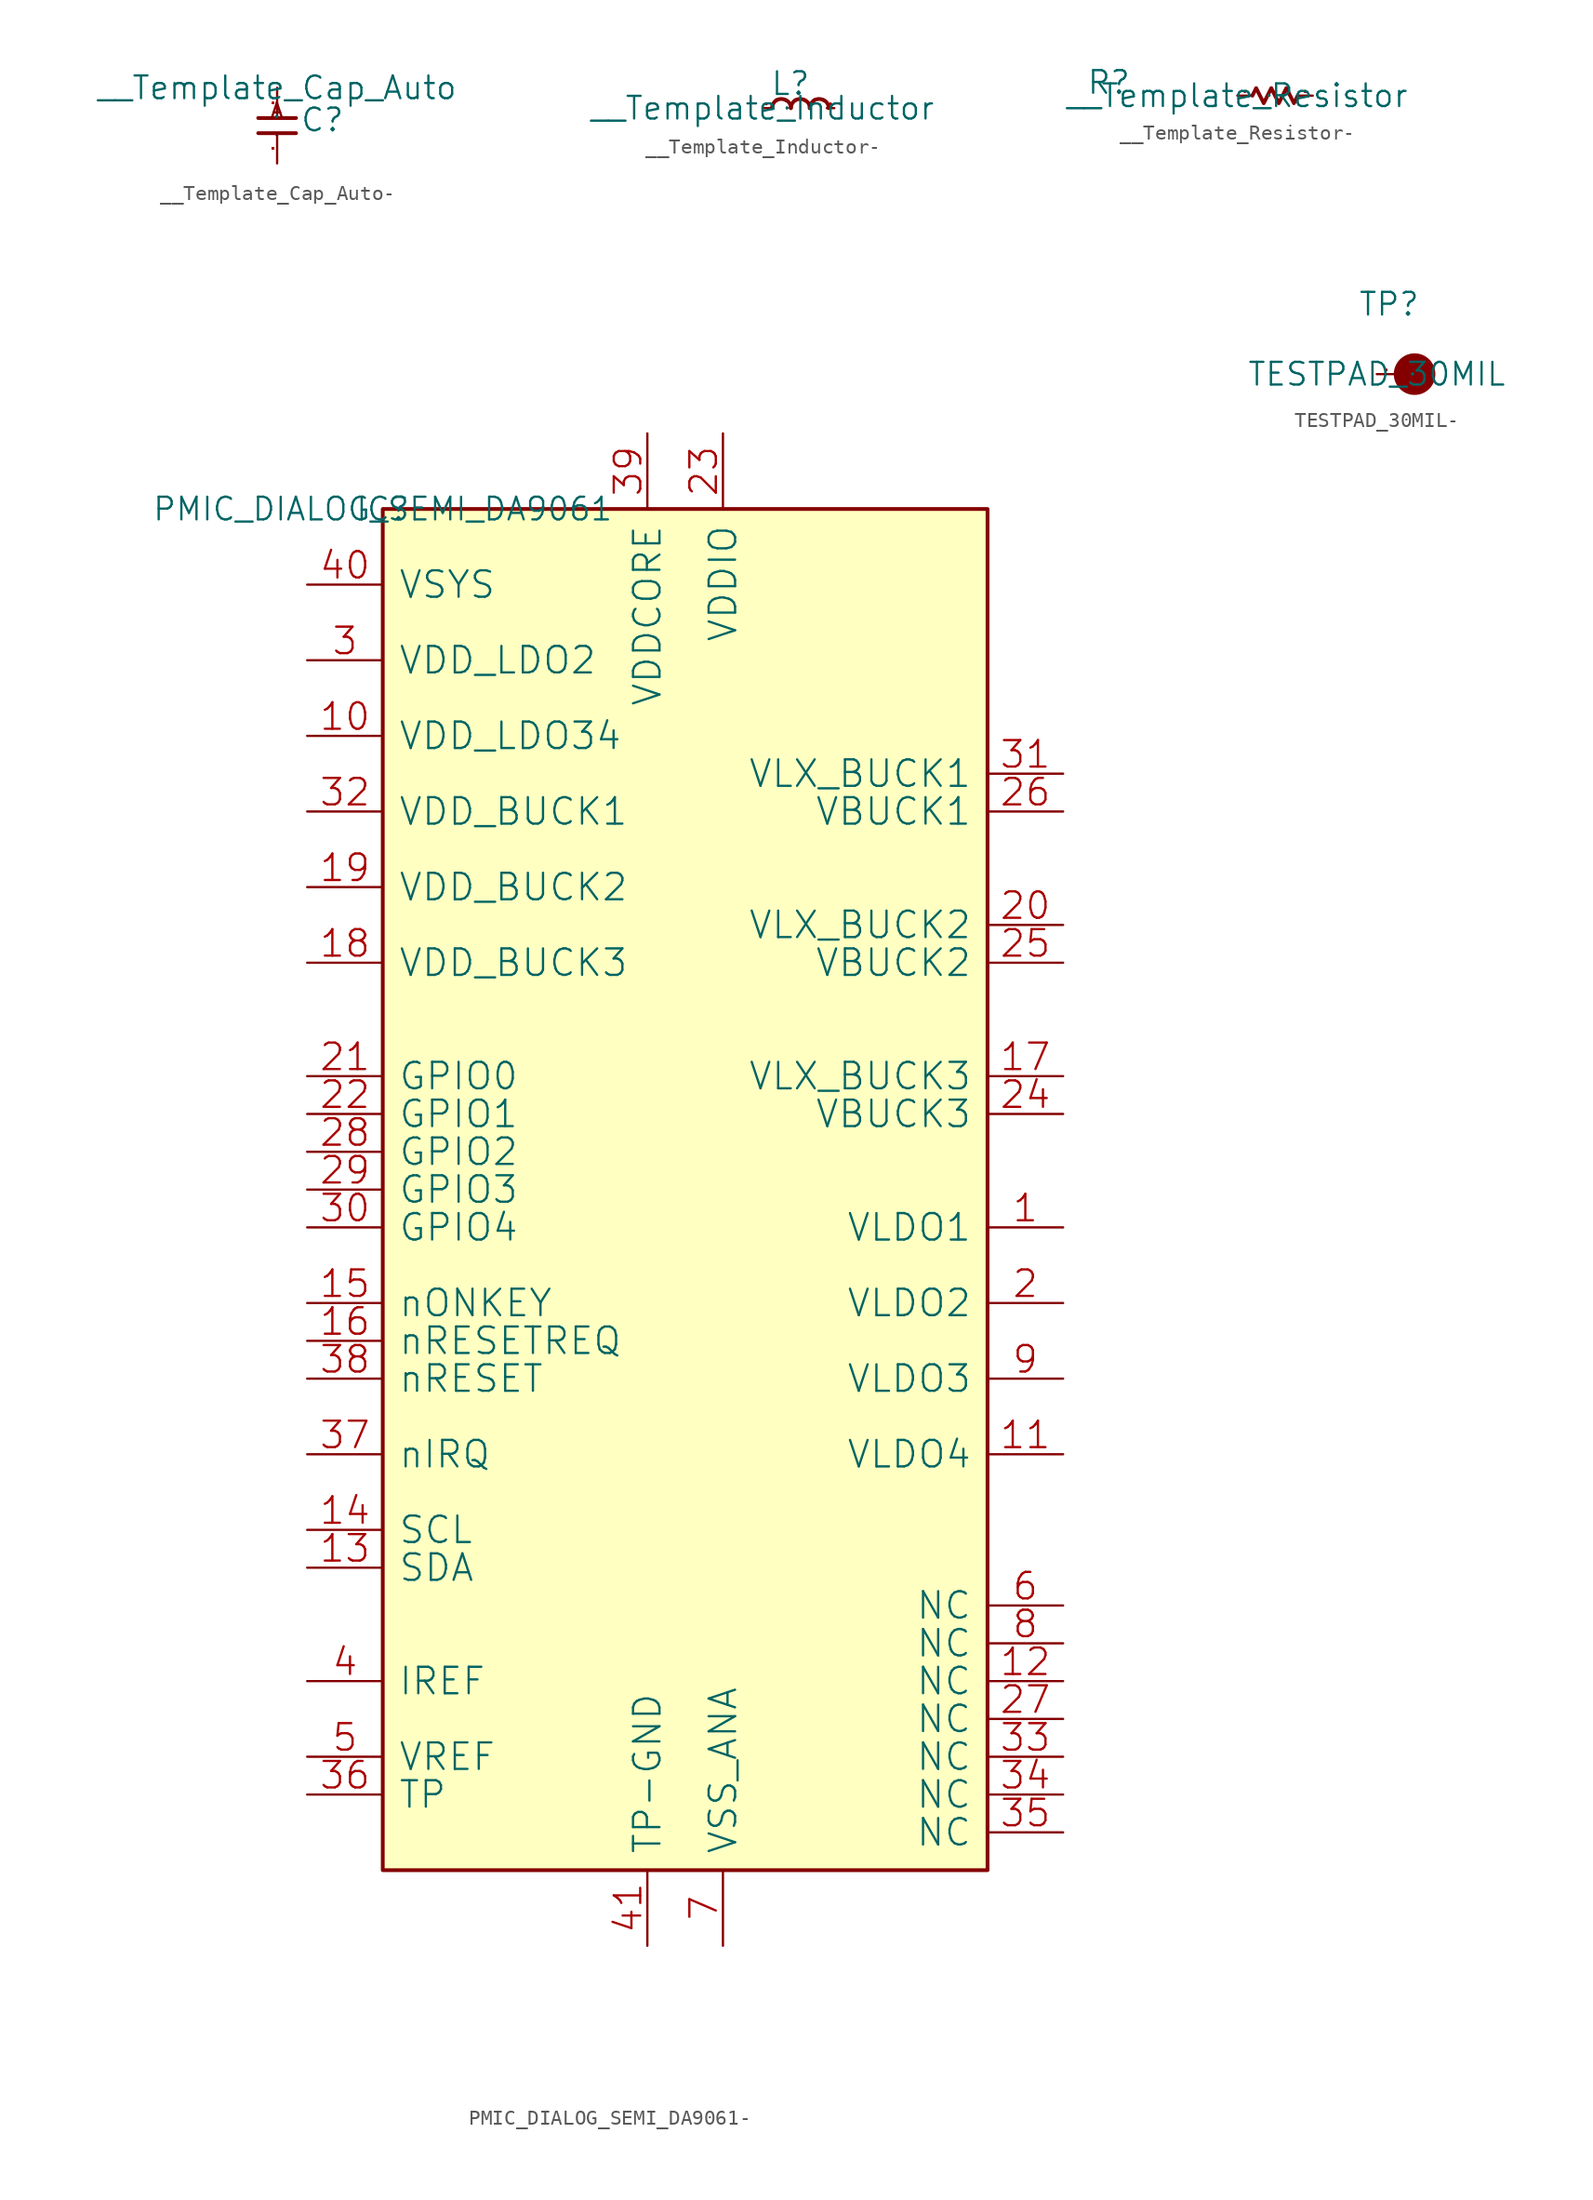
<source format=kicad_sym>
(kicad_symbol_lib
  (version 20220914)
  (generator kicad_symbol_editor)
  (symbol "__Template_Cap_Auto-"
    (pin_names
      (offset 1.016))
    (property "Reference" "C"
      (at 1.524 -3.048 0)
      (effects (font (size 1.524 1.524)) (justify left bottom)))
    (property "Value" "__Template_Cap_Auto"
      (at 0 0 0)
      (effects (font (size 1.524 1.524))))
    (property "Footprint" ""
      (at 0 0 0)
      (effects (font (size 1.524 1.524))))
    (property "Datasheet" ""
      (at 0 0 0)
      (effects (font (size 1.524 1.524))))
    (symbol "__Template_Cap_Auto-_0_1"
      (polyline (pts (xy 1.27 -3.048) (xy -1.27 -3.048)) (stroke (width 0.254) (type solid)) (fill (type none)))
      (polyline (pts (xy 1.27 -2.032) (xy -1.27 -2.032)) (stroke (width 0.254) (type solid)) (fill (type none)))
      (pin passive line (at 0 0 270) (length 2.032) (name "P" (effects (font (size 0.025 0.025)))) (number "1" (effects (font (size 0.025 0.025)))))
      (pin passive line (at 0 -5.08 90) (length 2.032) (name "P" (effects (font (size 0.025 0.025)))) (number "2" (effects (font (size 0.025 0.025))))))
    (symbol "__Template_Cap_Auto-_1_1"
      (text "A" (at -0.508 -2.032 0) (effects (font (size 0.914 0.914)) (justify left bottom)))))
  (symbol "__Template_Inductor-"
    (pin_names
      (offset 1.016))
    (property "Reference" "L"
      (at 0.508 0.762 0)
      (effects (font (size 1.524 1.524)) (justify left bottom)))
    (property "Value" "__Template_Inductor"
      (at 0 0 0)
      (effects (font (size 1.524 1.524))))
    (property "Footprint" ""
      (at 0 0 0)
      (effects (font (size 1.524 1.524))))
    (property "Datasheet" ""
      (at 0 0 0)
      (effects (font (size 1.524 1.524))))
    (symbol "__Template_Inductor-_0_1"
      (pin passive line (at 0 0 0) (length 0.508) (name "P" (effects (font (size 0.025 0.025)))) (number "1" (effects (font (size 0.025 0.025)))))
      (pin passive line (at 4.826 0 180) (length 0.508) (name "P" (effects (font (size 0.025 0.025)))) (number "2" (effects (font (size 0.025 0.025))))))
    (symbol "__Template_Inductor-_1_1"
      (arc (start 0.9398 0.5334) (mid 0.722 0.3053) (end 0.635 0) (stroke (width 0.254) (type solid)) (fill (type none)))
      (arc (start 1.5748 0.5334) (mid 1.2592 0.6142) (end 0.9398 0.5334) (stroke (width 0.254) (type solid)) (fill (type none)))
      (arc (start 1.905 0) (mid 1.8192 0.3187) (end 1.5748 0.5334) (stroke (width 0.254) (type solid)) (fill (type none)))
      (arc (start 2.2098 0.5334) (mid 1.992 0.3053) (end 1.905 0) (stroke (width 0.254) (type solid)) (fill (type none)))
      (arc (start 2.8448 0.5334) (mid 2.5292 0.6142) (end 2.2098 0.5334) (stroke (width 0.254) (type solid)) (fill (type none)))
      (arc (start 3.175 0) (mid 3.0892 0.3187) (end 2.8448 0.5334) (stroke (width 0.254) (type solid)) (fill (type none)))
      (arc (start 3.4798 0.5334) (mid 3.262 0.3053) (end 3.175 0) (stroke (width 0.254) (type solid)) (fill (type none)))
      (arc (start 4.1148 0.5334) (mid 3.7992 0.6142) (end 3.4798 0.5334) (stroke (width 0.254) (type solid)) (fill (type none)))
      (arc (start 4.445 0) (mid 4.3592 0.3187) (end 4.1148 0.5334) (stroke (width 0.254) (type solid)) (fill (type none)))))
  (symbol "__Template_Resistor-"
    (pin_names
      (offset 1.016))
    (property "Reference" "R"
      (at -10.16 0 0)
      (effects (font (size 1.524 1.524)) (justify left bottom)))
    (property "Value" "__Template_Resistor"
      (at 0 0 0)
      (effects (font (size 1.524 1.524))))
    (property "Footprint" ""
      (at 0 0 0)
      (effects (font (size 1.524 1.524))))
    (property "Datasheet" ""
      (at 0 0 0)
      (effects (font (size 1.524 1.524))))
    (symbol "__Template_Resistor-_0_1"
      (polyline (pts (xy 1.016 0) (xy 1.27 0.508) (xy 1.778 -0.508) (xy 2.286 0.508) (xy 2.794 -0.508) (xy 3.302 0.508) (xy 3.81 -0.508) (xy 4.064 0)) (stroke (width 0.254) (type solid)) (fill (type none)))
      (pin passive line (at 0 0 0) (length 1.016) (name "P" (effects (font (size 0.025 0.025)))) (number "1" (effects (font (size 0.025 0.025)))))
      (pin passive line (at 5.08 0 180) (length 1.016) (name "P" (effects (font (size 0.025 0.025)))) (number "2" (effects (font (size 0.025 0.025)))))))
  (symbol "PMIC_DIALOG_SEMI_DA9061-"
    (pin_names
      (offset 1.016))
    (property "Reference" "IC"
      (at 0 0 0)
      (effects (font (size 1.524 1.524))))
    (property "Value" "PMIC_DIALOG_SEMI_DA9061"
      (at 0 0 0)
      (effects (font (size 1.524 1.524))))
    (property "Footprint" ""
      (at 0 0 0)
      (effects (font (size 1.524 1.524))))
    (property "Datasheet" ""
      (at 0 0 0)
      (effects (font (size 1.524 1.524))))
    (symbol "PMIC_DIALOG_SEMI_DA9061-_0_1"
      (rectangle (start 0 -91.44) (end 40.64 0) (stroke (width 0.254) (type solid)) (fill (type background)))
      (pin output line (at 45.72 -48.26 180) (length 5.08) (name "VLDO1" (effects (font (size 1.778 1.778)))) (number "1" (effects (font (size 1.778 1.778)))))
      (pin power_in line (at -5.08 -15.24 0) (length 5.08) (name "VDD_LDO34" (effects (font (size 1.778 1.778)))) (number "10" (effects (font (size 1.778 1.778)))))
      (pin output line (at 45.72 -63.5 180) (length 5.08) (name "VLDO4" (effects (font (size 1.778 1.778)))) (number "11" (effects (font (size 1.778 1.778)))))
      (pin passive line (at 45.72 -78.74 180) (length 5.08) (name "NC" (effects (font (size 1.778 1.778)))) (number "12" (effects (font (size 1.778 1.778)))))
      (pin bidirectional line (at -5.08 -71.12 0) (length 5.08) (name "SDA" (effects (font (size 1.778 1.778)))) (number "13" (effects (font (size 1.778 1.778)))))
      (pin input line (at -5.08 -68.58 0) (length 5.08) (name "SCL" (effects (font (size 1.778 1.778)))) (number "14" (effects (font (size 1.778 1.778)))))
      (pin input line (at -5.08 -53.34 0) (length 5.08) (name "nONKEY" (effects (font (size 1.778 1.778)))) (number "15" (effects (font (size 1.778 1.778)))))
      (pin input line (at -5.08 -55.88 0) (length 5.08) (name "nRESETREQ" (effects (font (size 1.778 1.778)))) (number "16" (effects (font (size 1.778 1.778)))))
      (pin output line (at 45.72 -38.1 180) (length 5.08) (name "VLX_BUCK3" (effects (font (size 1.778 1.778)))) (number "17" (effects (font (size 1.778 1.778)))))
      (pin power_in line (at -5.08 -30.48 0) (length 5.08) (name "VDD_BUCK3" (effects (font (size 1.778 1.778)))) (number "18" (effects (font (size 1.778 1.778)))))
      (pin power_in line (at -5.08 -25.4 0) (length 5.08) (name "VDD_BUCK2" (effects (font (size 1.778 1.778)))) (number "19" (effects (font (size 1.778 1.778)))))
      (pin output line (at 45.72 -53.34 180) (length 5.08) (name "VLDO2" (effects (font (size 1.778 1.778)))) (number "2" (effects (font (size 1.778 1.778)))))
      (pin output line (at 45.72 -27.94 180) (length 5.08) (name "VLX_BUCK2" (effects (font (size 1.778 1.778)))) (number "20" (effects (font (size 1.778 1.778)))))
      (pin bidirectional line (at -5.08 -38.1 0) (length 5.08) (name "GPIO0" (effects (font (size 1.778 1.778)))) (number "21" (effects (font (size 1.778 1.778)))))
      (pin bidirectional line (at -5.08 -40.64 0) (length 5.08) (name "GPIO1" (effects (font (size 1.778 1.778)))) (number "22" (effects (font (size 1.778 1.778)))))
      (pin power_in line (at 22.86 5.08 270) (length 5.08) (name "VDDIO" (effects (font (size 1.778 1.778)))) (number "23" (effects (font (size 1.778 1.778)))))
      (pin input line (at 45.72 -40.64 180) (length 5.08) (name "VBUCK3" (effects (font (size 1.778 1.778)))) (number "24" (effects (font (size 1.778 1.778)))))
      (pin input line (at 45.72 -30.48 180) (length 5.08) (name "VBUCK2" (effects (font (size 1.778 1.778)))) (number "25" (effects (font (size 1.778 1.778)))))
      (pin input line (at 45.72 -20.32 180) (length 5.08) (name "VBUCK1" (effects (font (size 1.778 1.778)))) (number "26" (effects (font (size 1.778 1.778)))))
      (pin passive line (at 45.72 -81.28 180) (length 5.08) (name "NC" (effects (font (size 1.778 1.778)))) (number "27" (effects (font (size 1.778 1.778)))))
      (pin bidirectional line (at -5.08 -43.18 0) (length 5.08) (name "GPIO2" (effects (font (size 1.778 1.778)))) (number "28" (effects (font (size 1.778 1.778)))))
      (pin bidirectional line (at -5.08 -45.72 0) (length 5.08) (name "GPIO3" (effects (font (size 1.778 1.778)))) (number "29" (effects (font (size 1.778 1.778)))))
      (pin power_in line (at -5.08 -10.16 0) (length 5.08) (name "VDD_LDO2" (effects (font (size 1.778 1.778)))) (number "3" (effects (font (size 1.778 1.778)))))
      (pin bidirectional line (at -5.08 -48.26 0) (length 5.08) (name "GPIO4" (effects (font (size 1.778 1.778)))) (number "30" (effects (font (size 1.778 1.778)))))
      (pin output line (at 45.72 -17.78 180) (length 5.08) (name "VLX_BUCK1" (effects (font (size 1.778 1.778)))) (number "31" (effects (font (size 1.778 1.778)))))
      (pin power_in line (at -5.08 -20.32 0) (length 5.08) (name "VDD_BUCK1" (effects (font (size 1.778 1.778)))) (number "32" (effects (font (size 1.778 1.778)))))
      (pin passive line (at 45.72 -83.82 180) (length 5.08) (name "NC" (effects (font (size 1.778 1.778)))) (number "33" (effects (font (size 1.778 1.778)))))
      (pin passive line (at 45.72 -86.36 180) (length 5.08) (name "NC" (effects (font (size 1.778 1.778)))) (number "34" (effects (font (size 1.778 1.778)))))
      (pin passive line (at 45.72 -88.9 180) (length 5.08) (name "NC" (effects (font (size 1.778 1.778)))) (number "35" (effects (font (size 1.778 1.778)))))
      (pin bidirectional line (at -5.08 -86.36 0) (length 5.08) (name "TP" (effects (font (size 1.778 1.778)))) (number "36" (effects (font (size 1.778 1.778)))))
      (pin output line (at -5.08 -63.5 0) (length 5.08) (name "nIRQ" (effects (font (size 1.778 1.778)))) (number "37" (effects (font (size 1.778 1.778)))))
      (pin output line (at -5.08 -58.42 0) (length 5.08) (name "nRESET" (effects (font (size 1.778 1.778)))) (number "38" (effects (font (size 1.778 1.778)))))
      (pin output line (at 17.78 5.08 270) (length 5.08) (name "VDDCORE" (effects (font (size 1.778 1.778)))) (number "39" (effects (font (size 1.778 1.778)))))
      (pin power_in line (at -5.08 -78.74 0) (length 5.08) (name "IREF" (effects (font (size 1.778 1.778)))) (number "4" (effects (font (size 1.778 1.778)))))
      (pin power_in line (at -5.08 -5.08 0) (length 5.08) (name "VSYS" (effects (font (size 1.778 1.778)))) (number "40" (effects (font (size 1.778 1.778)))))
      (pin power_in line (at 17.78 -96.52 90) (length 5.08) (name "TP-GND" (effects (font (size 1.778 1.778)))) (number "41" (effects (font (size 1.778 1.778)))))
      (pin bidirectional line (at -5.08 -83.82 0) (length 5.08) (name "VREF" (effects (font (size 1.778 1.778)))) (number "5" (effects (font (size 1.778 1.778)))))
      (pin passive line (at 45.72 -73.66 180) (length 5.08) (name "NC" (effects (font (size 1.778 1.778)))) (number "6" (effects (font (size 1.778 1.778)))))
      (pin power_in line (at 22.86 -96.52 90) (length 5.08) (name "VSS_ANA" (effects (font (size 1.778 1.778)))) (number "7" (effects (font (size 1.778 1.778)))))
      (pin passive line (at 45.72 -76.2 180) (length 5.08) (name "NC" (effects (font (size 1.778 1.778)))) (number "8" (effects (font (size 1.778 1.778)))))
      (pin output line (at 45.72 -58.42 180) (length 5.08) (name "VLDO3" (effects (font (size 1.778 1.778)))) (number "9" (effects (font (size 1.778 1.778)))))))
  (symbol "TESTPAD_30MIL-"
    (pin_names
      (offset 1.016))
    (property "Reference" "TP"
      (at -1.27 3.81 0)
      (effects (font (size 1.524 1.524)) (justify left bottom)))
    (property "Value" "TESTPAD_30MIL"
      (at 0 0 0)
      (effects (font (size 1.524 1.524))))
    (property "Footprint" ""
      (at 0 0 0)
      (effects (font (size 1.524 1.524))))
    (property "Datasheet" ""
      (at 0 0 0)
      (effects (font (size 1.524 1.524))))
    (symbol "TESTPAD_30MIL-_0_1"
      (circle (center 2.54 0) (radius 1.27) (stroke (width 0.254) (type solid)) (fill (type outline)))
      (pin passive line (at 0 0 0) (length 1.27) (name "P" (effects (font (size 0.025 0.025)))) (number "1" (effects (font (size 0.025 0.025))))))))
</source>
